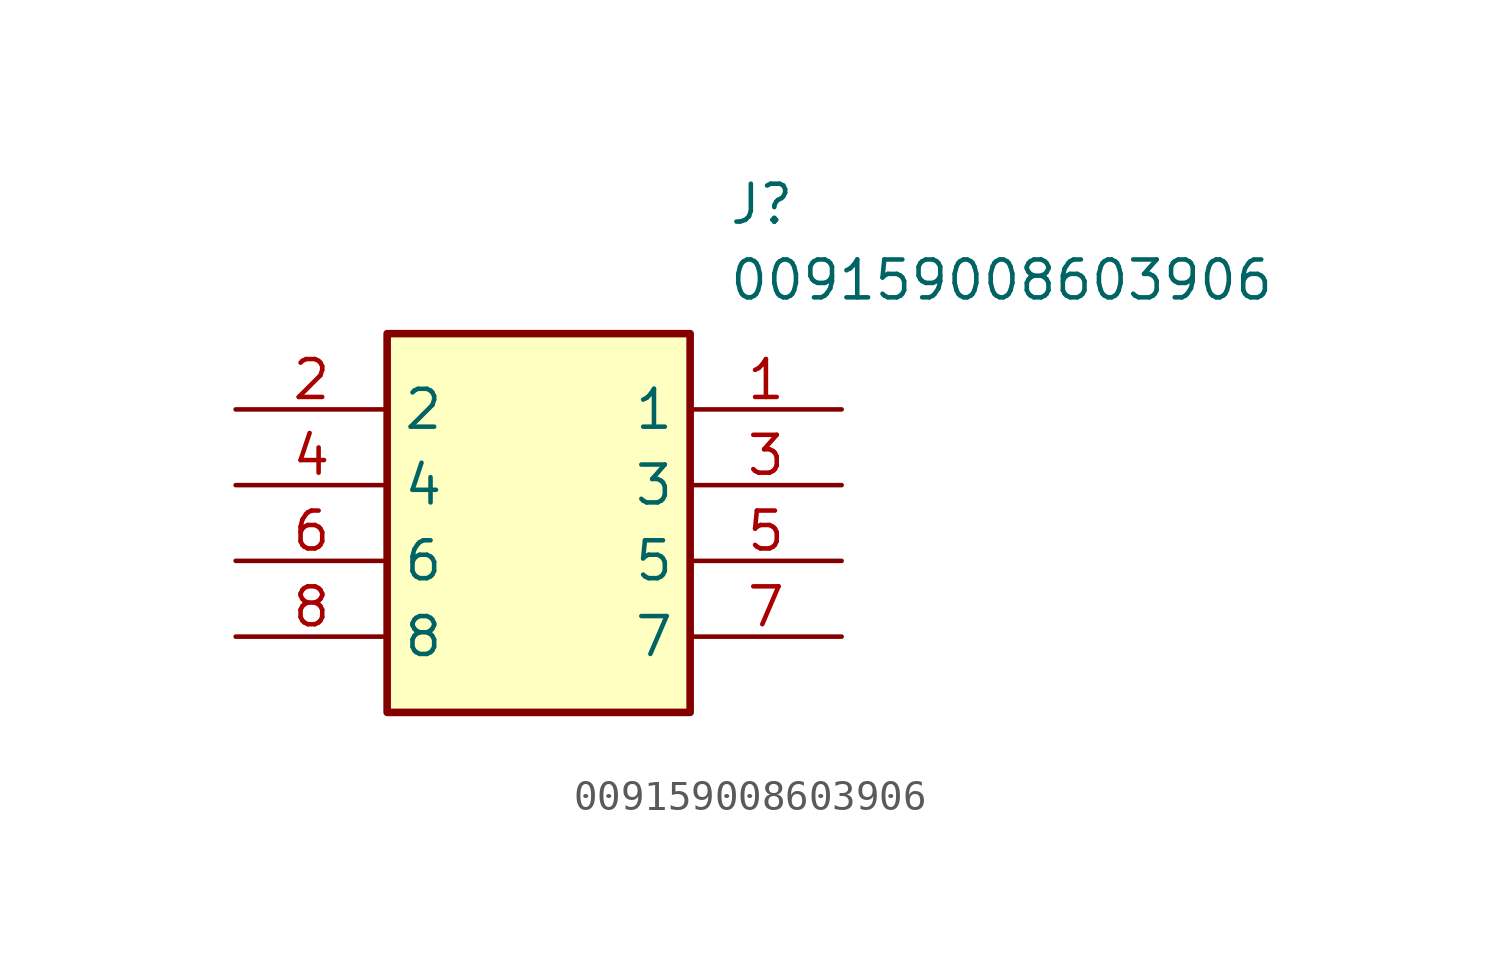
<source format=kicad_sym>
(kicad_symbol_lib
  (version 20211014)
  (generator SamacSys_ECAD_Model)
  (symbol "009159008603906"
    (property "Reference" "J"
      (at 16.51 7.62 0)
      (effects (font (size 1.27 1.27)) (justify left top)))
    (property "Value" "009159008603906"
      (at 16.51 5.08 0)
      (effects (font (size 1.27 1.27)) (justify left top)))
    (rectangle
      (start 5.08 2.54)
      (end 15.24 -10.16)
      (stroke (width 0.254) (type default))
      (fill (type background)))
    (pin passive line
      (at 20.32 0 180)
      (length 5.08)
      (name "1" (effects (font (size 1.27 1.27))))
      (number "1" (effects (font (size 1.27 1.27)))))
    (pin passive line
      (at 0 0 0)
      (length 5.08)
      (name "2" (effects (font (size 1.27 1.27))))
      (number "2" (effects (font (size 1.27 1.27)))))
    (pin passive line
      (at 20.32 -2.54 180)
      (length 5.08)
      (name "3" (effects (font (size 1.27 1.27))))
      (number "3" (effects (font (size 1.27 1.27)))))
    (pin passive line
      (at 0 -2.54 0)
      (length 5.08)
      (name "4" (effects (font (size 1.27 1.27))))
      (number "4" (effects (font (size 1.27 1.27)))))
    (pin passive line
      (at 20.32 -5.08 180)
      (length 5.08)
      (name "5" (effects (font (size 1.27 1.27))))
      (number "5" (effects (font (size 1.27 1.27)))))
    (pin passive line
      (at 0 -5.08 0)
      (length 5.08)
      (name "6" (effects (font (size 1.27 1.27))))
      (number "6" (effects (font (size 1.27 1.27)))))
    (pin passive line
      (at 20.32 -7.62 180)
      (length 5.08)
      (name "7" (effects (font (size 1.27 1.27))))
      (number "7" (effects (font (size 1.27 1.27)))))
    (pin passive line
      (at 0 -7.62 0)
      (length 5.08)
      (name "8" (effects (font (size 1.27 1.27))))
      (number "8" (effects (font (size 1.27 1.27)))))))
</source>
